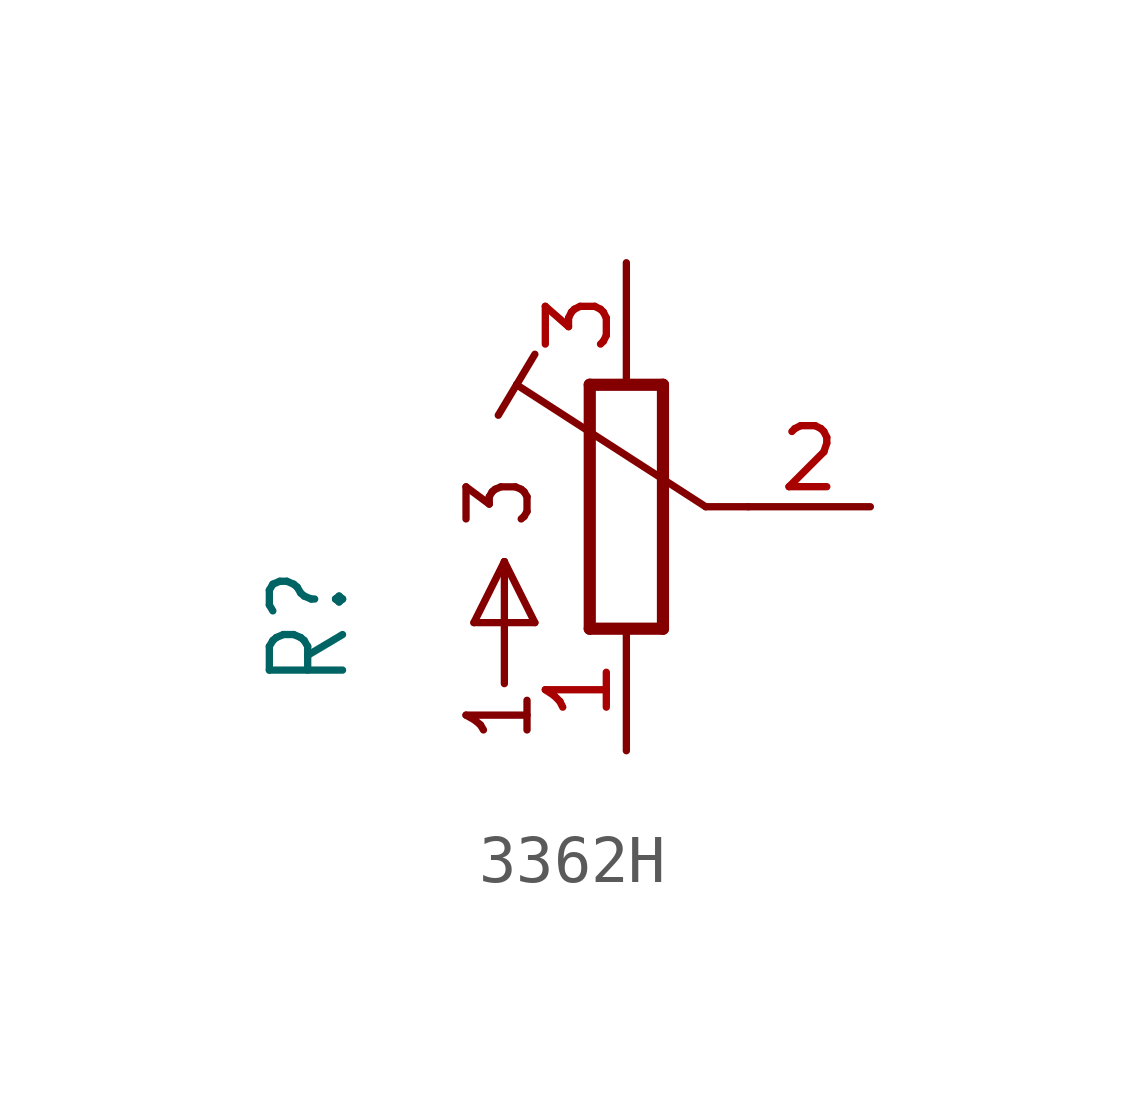
<source format=kicad_sym>
(kicad_symbol_lib
  (version 20220914)
  (generator kicad_symbol_editor)
  (symbol "3362H"
    (property "Reference" "R"
      (at -5.715 -3.81 90)
      (effects (font (size 1.524 1.295)) (justify left bottom)))
    (property "Value" ""
      (at -3.81 -3.81 90)
      (effects (font (size 1.524 1.295)) (justify left bottom)))
    (property "ki_locked" ""
      (at 0 0 0)
      (effects (font (size 1.27 1.27))))
    (symbol "3362H_1_0"
      (polyline (pts (xy -3.175 -2.413) (xy -1.905 -2.413)) (stroke (width 0.152) (type solid)) (fill (type none)))
      (polyline (pts (xy -2.667 1.905) (xy -2.286 2.54)) (stroke (width 0.152) (type solid)) (fill (type none)))
      (polyline (pts (xy -2.54 -3.683) (xy -2.54 -1.143)) (stroke (width 0.152) (type solid)) (fill (type none)))
      (polyline (pts (xy -2.54 -1.143) (xy -3.175 -2.413)) (stroke (width 0.152) (type solid)) (fill (type none)))
      (polyline (pts (xy -2.286 2.54) (xy -1.905 3.175)) (stroke (width 0.152) (type solid)) (fill (type none)))
      (polyline (pts (xy -1.905 -2.413) (xy -2.54 -1.143)) (stroke (width 0.152) (type solid)) (fill (type none)))
      (polyline (pts (xy -0.762 -2.54) (xy 0.762 -2.54)) (stroke (width 0.254) (type solid)) (fill (type none)))
      (polyline (pts (xy -0.762 2.54) (xy -0.762 -2.54)) (stroke (width 0.254) (type solid)) (fill (type none)))
      (polyline (pts (xy 0.762 -2.54) (xy 0.762 2.54)) (stroke (width 0.254) (type solid)) (fill (type none)))
      (polyline (pts (xy 0.762 2.54) (xy -0.762 2.54)) (stroke (width 0.254) (type solid)) (fill (type none)))
      (polyline (pts (xy 1.651 0) (xy -2.286 2.54)) (stroke (width 0.152) (type solid)) (fill (type none)))
      (polyline (pts (xy 2.54 0) (xy 1.651 0)) (stroke (width 0.152) (type solid)) (fill (type none)))
      (text "1" (at -1.905 -4.953 900) (effects (font (size 1.27 1.079)) (justify left bottom)))
      (text "3" (at -1.905 -0.508 900) (effects (font (size 1.27 1.079)) (justify left bottom)))
      (pin passive line (at 0 -5.08 90) (length 2.54) (name "1" (effects (font (size 0 0)))) (number "1" (effects (font (size 1.27 1.27)))))
      (pin passive line (at 5.08 0 180) (length 2.54) (name "2" (effects (font (size 0 0)))) (number "2" (effects (font (size 1.27 1.27)))))
      (pin passive line (at 0 5.08 270) (length 2.54) (name "3" (effects (font (size 0 0)))) (number "3" (effects (font (size 1.27 1.27))))))))
</source>
